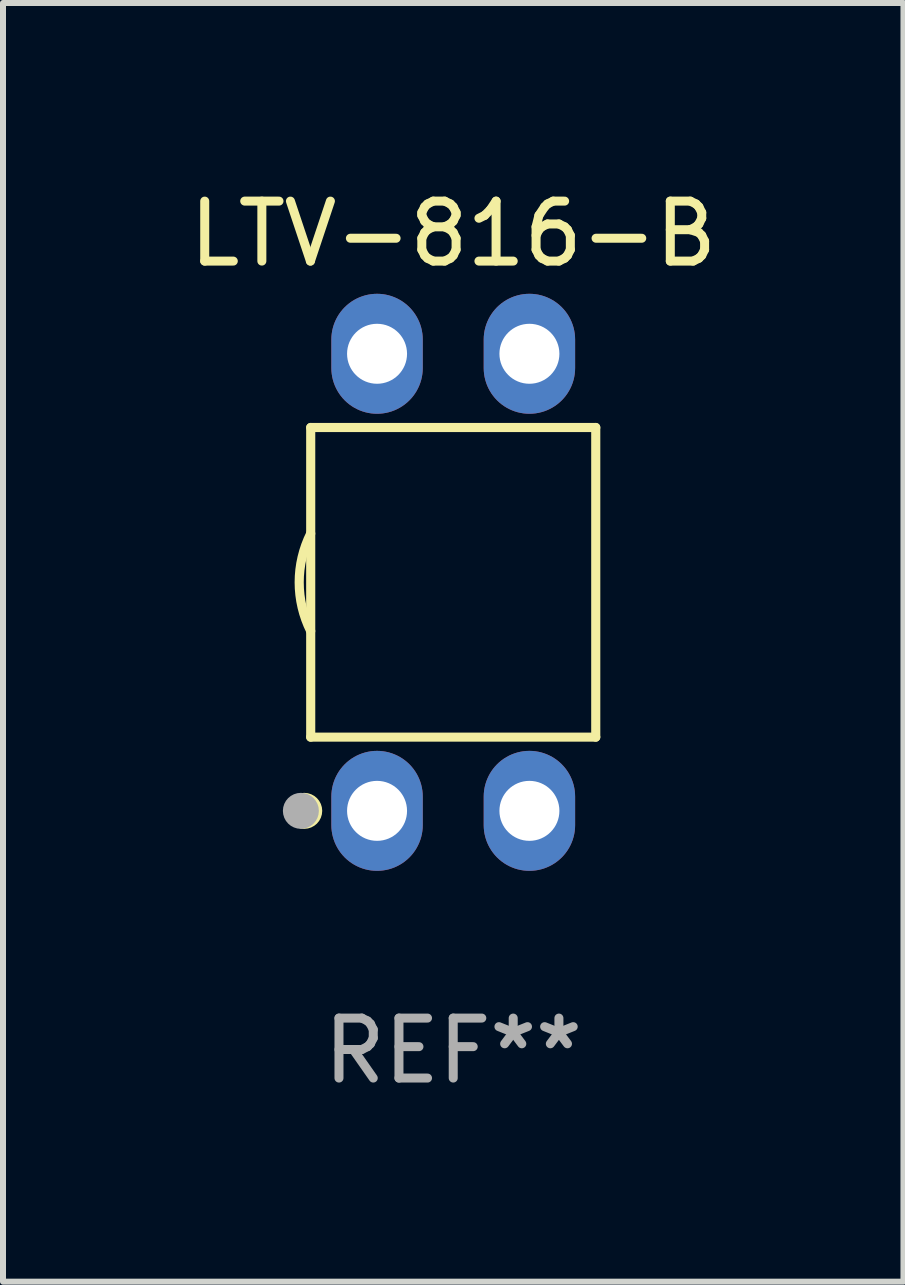
<source format=kicad_pcb>
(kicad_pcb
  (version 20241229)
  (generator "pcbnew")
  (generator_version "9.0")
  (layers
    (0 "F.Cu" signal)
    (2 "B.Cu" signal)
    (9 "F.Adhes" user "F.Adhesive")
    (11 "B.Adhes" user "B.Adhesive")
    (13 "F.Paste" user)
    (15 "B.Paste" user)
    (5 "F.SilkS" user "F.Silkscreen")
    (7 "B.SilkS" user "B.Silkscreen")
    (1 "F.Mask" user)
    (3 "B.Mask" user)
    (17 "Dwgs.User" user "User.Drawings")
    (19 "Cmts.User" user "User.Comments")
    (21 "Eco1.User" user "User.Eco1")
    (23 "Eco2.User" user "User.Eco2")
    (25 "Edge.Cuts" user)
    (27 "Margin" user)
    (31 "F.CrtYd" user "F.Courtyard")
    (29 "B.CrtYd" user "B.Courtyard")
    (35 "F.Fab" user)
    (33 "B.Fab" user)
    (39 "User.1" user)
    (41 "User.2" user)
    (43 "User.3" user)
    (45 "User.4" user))
  (footprint "LTV-816-B"
    (layer "F.Cu")
    (at 4.506 6.658)
    (property "Reference" "LTV-816-B" (at 0 -5.81 0) (layer "F.SilkS") (effects (font (size 1 1) (thickness 0.15))))
    (attr through_hole)
    (fp_line (start -2.376 -2.581) (end 2.376 -2.581) (stroke (width 0.152) (type solid)) (layer "F.SilkS"))
    (fp_line (start -2.376 2.581) (end -2.376 -2.581) (stroke (width 0.152) (type solid)) (layer "F.SilkS"))
    (fp_line (start 2.376 -2.581) (end 2.376 2.581) (stroke (width 0.152) (type solid)) (layer "F.SilkS"))
    (fp_line (start 2.376 2.581) (end -2.376 2.581) (stroke (width 0.152) (type solid)) (layer "F.SilkS"))
    (fp_arc (start -2.3762 0.812496) (mid -2.568004 0) (end -2.3762 -0.812497) (stroke (width 0.1524) (type solid)) (layer "F.SilkS"))
    (fp_circle (center -2.484 3.81) (end -2.334 3.81) (stroke (width 0.3) (type solid)) (fill no) (layer "F.SilkS"))
    (fp_circle (center -2.3 3.935) (end -2.27 3.935) (stroke (width 0.06) (type solid)) (fill no) (layer "F.SilkS"))
    (fp_circle (center -2.54 3.81) (end -2.39 3.81) (stroke (width 0.3) (type solid)) (fill no) (layer "F.Fab"))
    (fp_text user "REF**" (at 0 7.81 0) (layer "F.Fab") (effects (font (size 1 1) (thickness 0.15))))
    (pad "1" thru_hole oval (at -1.27 3.81) (size 1.524 2) (drill 1) (layers "*.Cu" "*.Mask"))
    (pad "2" thru_hole oval (at 1.27 3.81) (size 1.524 2) (drill 1) (layers "*.Cu" "*.Mask"))
    (pad "3" thru_hole oval (at 1.27 -3.81) (size 1.524 2) (drill 1) (layers "*.Cu" "*.Mask"))
    (pad "4" thru_hole oval (at -1.27 -3.81) (size 1.524 2) (drill 1) (layers "*.Cu" "*.Mask")))
  (gr_rect
    (start -3 -3)
    (end 12.012 18.317)
    (stroke (width 0.1) (type default))
    (fill no)
    (layer "Edge.Cuts")))
</source>
